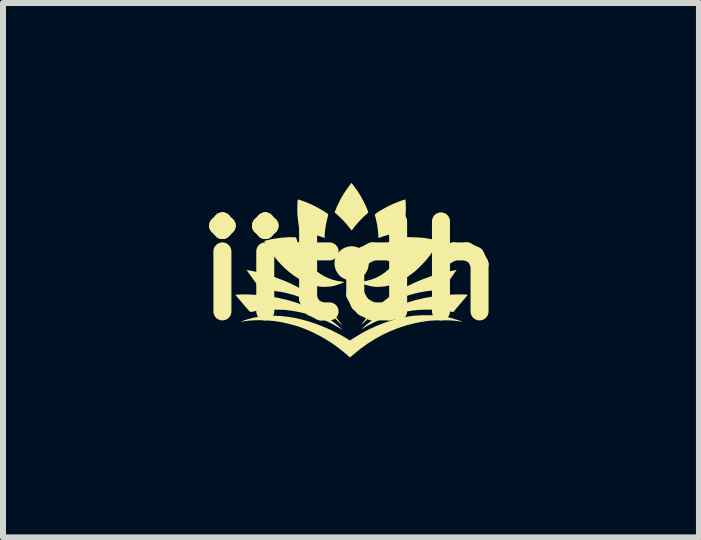
<source format=kicad_pcb>
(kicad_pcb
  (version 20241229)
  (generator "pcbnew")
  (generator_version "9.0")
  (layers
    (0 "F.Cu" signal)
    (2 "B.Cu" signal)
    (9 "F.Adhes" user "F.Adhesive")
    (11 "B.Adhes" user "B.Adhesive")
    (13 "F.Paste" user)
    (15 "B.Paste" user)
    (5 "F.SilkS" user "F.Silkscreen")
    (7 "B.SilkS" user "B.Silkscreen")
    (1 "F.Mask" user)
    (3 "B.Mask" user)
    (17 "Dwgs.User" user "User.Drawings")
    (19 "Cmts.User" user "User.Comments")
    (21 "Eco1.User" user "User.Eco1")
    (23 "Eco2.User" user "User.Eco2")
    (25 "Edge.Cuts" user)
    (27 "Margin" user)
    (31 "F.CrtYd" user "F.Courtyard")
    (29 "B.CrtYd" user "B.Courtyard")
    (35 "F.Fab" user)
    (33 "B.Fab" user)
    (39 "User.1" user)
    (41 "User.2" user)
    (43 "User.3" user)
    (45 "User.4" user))
  (footprint "iitdh"
    (layer "F.Cu")
    (at 2.8 1.462)
    (property "Reference" "iitdh" (at 0 0 0) (layer "F.SilkS") (effects (font (size 1.5 1.5) (thickness 0.3))))
    (attr board_only exclude_from_pos_files exclude_from_bom)
    (fp_poly (pts (xy 0.077 -0.399) (xy 0.126 -0.383) (xy 0.141 -0.376) (xy 0.182 -0.351) (xy 0.217 -0.32) (xy 0.246 -0.284) (xy 0.269 -0.244) (xy 0.285 -0.2) (xy 0.294 -0.155) (xy 0.296 -0.108) (xy 0.29 -0.062) (xy 0.276 -0.016) (xy 0.268 0.003) (xy 0.243 0.044) (xy 0.212 0.079) (xy 0.176 0.109) (xy 0.135 0.133) (xy 0.091 0.15) (xy 0.044 0.16) (xy -0.003 0.162) (xy -0.042 0.158) (xy -0.091 0.144) (xy -0.135 0.123) (xy -0.175 0.095) (xy -0.209 0.061) (xy -0.236 0.021) (xy -0.244 0.007) (xy -0.259 -0.029) (xy -0.269 -0.061) (xy -0.274 -0.095) (xy -0.275 -0.122) (xy -0.271 -0.171) (xy -0.26 -0.216) (xy -0.242 -0.258) (xy -0.216 -0.296) (xy -0.193 -0.322) (xy -0.154 -0.355) (xy -0.111 -0.38) (xy -0.066 -0.397) (xy -0.019 -0.407) (xy 0.029 -0.407)) (stroke (width 0) (type solid)) (fill yes) (layer "F.SilkS"))
    (fp_poly (pts (xy -0.916 -0.556) (xy -0.896 -0.496) (xy -0.861 -0.406) (xy -0.822 -0.321) (xy -0.779 -0.242) (xy -0.733 -0.169) (xy -0.683 -0.103) (xy -0.631 -0.045) (xy -0.583 -0.001) (xy -0.518 0.049) (xy -0.449 0.091) (xy -0.377 0.125) (xy -0.301 0.152) (xy -0.22 0.172) (xy -0.137 0.184) (xy -0.109 0.188) (xy -0.144 0.204) (xy -0.184 0.221) (xy -0.23 0.237) (xy -0.278 0.251) (xy -0.306 0.257) (xy -0.326 0.261) (xy -0.352 0.264) (xy -0.382 0.266) (xy -0.414 0.268) (xy -0.445 0.269) (xy -0.473 0.269) (xy -0.496 0.268) (xy -0.505 0.268) (xy -0.581 0.254) (xy -0.656 0.234) (xy -0.731 0.206) (xy -0.806 0.17) (xy -0.875 0.132) (xy -0.962 0.075) (xy -1.046 0.009) (xy -1.126 -0.063) (xy -1.202 -0.142) (xy -1.274 -0.228) (xy -1.34 -0.32) (xy -1.401 -0.416) (xy -1.426 -0.462) (xy -1.445 -0.495) (xy -1.409 -0.505) (xy -1.339 -0.522) (xy -1.263 -0.536) (xy -1.185 -0.547) (xy -1.108 -0.554) (xy -1.033 -0.558) (xy -0.985 -0.558)) (stroke (width 0) (type solid)) (fill yes) (layer "F.SilkS"))
    (fp_poly (pts (xy 1.759 -0.011) (xy 1.76 -0.01) (xy 1.757 -0.006) (xy 1.75 0.004) (xy 1.738 0.02) (xy 1.723 0.041) (xy 1.705 0.067) (xy 1.684 0.096) (xy 1.661 0.128) (xy 1.639 0.158) (xy 1.518 0.324) (xy 1.485 0.324) (xy 1.407 0.326) (xy 1.323 0.334) (xy 1.236 0.345) (xy 1.149 0.361) (xy 1.062 0.381) (xy 0.978 0.404) (xy 0.908 0.427) (xy 0.788 0.474) (xy 0.674 0.529) (xy 0.563 0.591) (xy 0.457 0.661) (xy 0.355 0.739) (xy 0.257 0.824) (xy 0.224 0.855) (xy 0.206 0.873) (xy 0.191 0.886) (xy 0.18 0.896) (xy 0.173 0.901) (xy 0.172 0.901) (xy 0.173 0.9) (xy 0.22 0.835) (xy 0.275 0.768) (xy 0.336 0.701) (xy 0.402 0.635) (xy 0.472 0.57) (xy 0.544 0.509) (xy 0.619 0.452) (xy 0.624 0.448) (xy 0.724 0.38) (xy 0.831 0.316) (xy 0.944 0.255) (xy 1.062 0.199) (xy 1.184 0.147) (xy 1.309 0.101) (xy 1.435 0.061) (xy 1.561 0.028) (xy 1.664 0.005) (xy 1.695 -0.001) (xy 1.719 -0.005) (xy 1.736 -0.009) (xy 1.747 -0.011) (xy 1.754 -0.012) (xy 1.758 -0.012)) (stroke (width 0) (type solid)) (fill yes) (layer "F.SilkS"))
    (fp_poly (pts (xy -1.722 -0.009) (xy -1.708 -0.007) (xy -1.691 -0.004) (xy -1.691 -0.004) (xy -1.659 0.002) (xy -1.621 0.01) (xy -1.578 0.019) (xy -1.533 0.03) (xy -1.487 0.042) (xy -1.443 0.053) (xy -1.41 0.063) (xy -1.272 0.107) (xy -1.138 0.157) (xy -1.008 0.213) (xy -0.883 0.275) (xy -0.763 0.343) (xy -0.65 0.415) (xy -0.583 0.463) (xy -0.486 0.54) (xy -0.394 0.622) (xy -0.307 0.709) (xy -0.228 0.8) (xy -0.173 0.87) (xy -0.161 0.887) (xy -0.151 0.901) (xy -0.145 0.911) (xy -0.142 0.915) (xy -0.142 0.915) (xy -0.146 0.912) (xy -0.154 0.905) (xy -0.166 0.893) (xy -0.179 0.878) (xy -0.203 0.854) (xy -0.232 0.827) (xy -0.265 0.797) (xy -0.3 0.767) (xy -0.334 0.738) (xy -0.367 0.712) (xy -0.37 0.709) (xy -0.476 0.634) (xy -0.585 0.566) (xy -0.697 0.507) (xy -0.812 0.455) (xy -0.931 0.413) (xy -1.052 0.378) (xy -1.177 0.352) (xy -1.304 0.334) (xy -1.428 0.325) (xy -1.498 0.322) (xy -1.616 0.161) (xy -1.64 0.128) (xy -1.663 0.096) (xy -1.683 0.068) (xy -1.701 0.043) (xy -1.716 0.022) (xy -1.727 0.006) (xy -1.734 -0.003) (xy -1.736 -0.006) (xy -1.735 -0.011) (xy -1.73 -0.011)) (stroke (width 0) (type solid)) (fill yes) (layer "F.SilkS"))
    (fp_poly (pts (xy 0.012 -1.459) (xy 0.02 -1.45) (xy 0.031 -1.435) (xy 0.044 -1.418) (xy 0.059 -1.397) (xy 0.075 -1.376) (xy 0.09 -1.355) (xy 0.104 -1.335) (xy 0.116 -1.318) (xy 0.118 -1.314) (xy 0.164 -1.241) (xy 0.207 -1.162) (xy 0.246 -1.081) (xy 0.27 -1.025) (xy 0.277 -1.006) (xy 0.283 -0.989) (xy 0.287 -0.977) (xy 0.288 -0.972) (xy 0.284 -0.965) (xy 0.276 -0.956) (xy 0.264 -0.945) (xy 0.263 -0.944) (xy 0.227 -0.914) (xy 0.189 -0.877) (xy 0.15 -0.837) (xy 0.111 -0.795) (xy 0.075 -0.752) (xy 0.043 -0.712) (xy 0.032 -0.696) (xy 0.022 -0.683) (xy 0.016 -0.675) (xy 0.013 -0.672) (xy 0.01 -0.674) (xy 0.002 -0.682) (xy -0.009 -0.695) (xy -0.022 -0.711) (xy -0.025 -0.715) (xy -0.066 -0.767) (xy -0.112 -0.819) (xy -0.161 -0.87) (xy -0.21 -0.916) (xy -0.257 -0.958) (xy -0.261 -0.961) (xy -0.273 -0.97) (xy -0.264 -0.994) (xy -0.249 -1.033) (xy -0.23 -1.078) (xy -0.207 -1.126) (xy -0.182 -1.175) (xy -0.156 -1.224) (xy -0.129 -1.27) (xy -0.108 -1.303) (xy -0.096 -1.321) (xy -0.081 -1.342) (xy -0.066 -1.364) (xy -0.049 -1.387) (xy -0.034 -1.408) (xy -0.019 -1.428) (xy -0.007 -1.444) (xy 0.002 -1.456) (xy 0.008 -1.462) (xy 0.009 -1.462)) (stroke (width 0) (type solid)) (fill yes) (layer "F.SilkS"))
    (fp_poly (pts (xy -1.753 0.395) (xy -1.71 0.396) (xy -1.668 0.398) (xy -1.642 0.399) (xy -1.492 0.411) (xy -1.345 0.43) (xy -1.202 0.455) (xy -1.065 0.487) (xy -0.931 0.526) (xy -0.803 0.571) (xy -0.68 0.623) (xy -0.563 0.681) (xy -0.451 0.746) (xy -0.345 0.816) (xy -0.266 0.877) (xy -0.246 0.893) (xy -0.225 0.91) (xy -0.206 0.927) (xy -0.187 0.943) (xy -0.172 0.957) (xy -0.16 0.969) (xy -0.152 0.976) (xy -0.151 0.979) (xy -0.151 0.979) (xy -0.155 0.977) (xy -0.166 0.971) (xy -0.181 0.962) (xy -0.2 0.95) (xy -0.211 0.944) (xy -0.304 0.891) (xy -0.405 0.841) (xy -0.51 0.797) (xy -0.62 0.757) (xy -0.731 0.722) (xy -0.842 0.694) (xy -0.946 0.674) (xy -0.988 0.667) (xy -1.026 0.662) (xy -1.061 0.658) (xy -1.095 0.654) (xy -1.13 0.652) (xy -1.168 0.651) (xy -1.211 0.65) (xy -1.261 0.649) (xy -1.274 0.649) (xy -1.327 0.65) (xy -1.373 0.65) (xy -1.413 0.652) (xy -1.45 0.654) (xy -1.485 0.657) (xy -1.52 0.662) (xy -1.557 0.667) (xy -1.598 0.674) (xy -1.609 0.676) (xy -1.631 0.681) (xy -1.651 0.684) (xy -1.666 0.687) (xy -1.675 0.688) (xy -1.676 0.688) (xy -1.681 0.685) (xy -1.692 0.675) (xy -1.708 0.659) (xy -1.729 0.635) (xy -1.755 0.604) (xy -1.787 0.567) (xy -1.806 0.545) (xy -1.928 0.401) (xy -1.896 0.398) (xy -1.868 0.397) (xy -1.834 0.396) (xy -1.795 0.395)) (stroke (width 0) (type solid)) (fill yes) (layer "F.SilkS"))
    (fp_poly (pts (xy -0.868 -1.183) (xy -0.849 -1.178) (xy -0.825 -1.17) (xy -0.797 -1.16) (xy -0.766 -1.149) (xy -0.733 -1.135) (xy -0.699 -1.121) (xy -0.665 -1.107) (xy -0.632 -1.091) (xy -0.603 -1.077) (xy -0.578 -1.064) (xy -0.551 -1.049) (xy -0.523 -1.033) (xy -0.494 -1.017) (xy -0.466 -1) (xy -0.44 -0.984) (xy -0.417 -0.969) (xy -0.399 -0.957) (xy -0.386 -0.947) (xy -0.38 -0.941) (xy -0.38 -0.941) (xy -0.38 -0.936) (xy -0.382 -0.923) (xy -0.386 -0.906) (xy -0.391 -0.884) (xy -0.395 -0.871) (xy -0.406 -0.82) (xy -0.417 -0.768) (xy -0.426 -0.715) (xy -0.432 -0.663) (xy -0.437 -0.616) (xy -0.439 -0.575) (xy -0.439 -0.568) (xy -0.439 -0.556) (xy -0.441 -0.547) (xy -0.442 -0.546) (xy -0.447 -0.547) (xy -0.459 -0.552) (xy -0.475 -0.558) (xy -0.492 -0.564) (xy -0.533 -0.578) (xy -0.58 -0.592) (xy -0.631 -0.605) (xy -0.683 -0.617) (xy -0.734 -0.626) (xy -0.781 -0.633) (xy -0.808 -0.636) (xy -0.825 -0.638) (xy -0.838 -0.641) (xy -0.845 -0.644) (xy -0.846 -0.644) (xy -0.851 -0.654) (xy -0.856 -0.671) (xy -0.861 -0.695) (xy -0.866 -0.724) (xy -0.872 -0.758) (xy -0.877 -0.795) (xy -0.882 -0.833) (xy -0.886 -0.873) (xy -0.89 -0.912) (xy -0.893 -0.951) (xy -0.894 -0.971) (xy -0.894 -0.994) (xy -0.895 -1.021) (xy -0.894 -1.049) (xy -0.894 -1.079) (xy -0.893 -1.107) (xy -0.892 -1.133) (xy -0.89 -1.155) (xy -0.889 -1.172) (xy -0.887 -1.182) (xy -0.886 -1.183) (xy -0.881 -1.185)) (stroke (width 0) (type solid)) (fill yes) (layer "F.SilkS"))
    (fp_poly (pts (xy 0.907 -1.186) (xy 0.908 -1.181) (xy 0.909 -1.169) (xy 0.911 -1.151) (xy 0.912 -1.128) (xy 0.913 -1.109) (xy 0.915 -1.06) (xy 0.914 -1.005) (xy 0.912 -0.949) (xy 0.909 -0.894) (xy 0.904 -0.842) (xy 0.902 -0.822) (xy 0.898 -0.796) (xy 0.894 -0.768) (xy 0.889 -0.74) (xy 0.884 -0.713) (xy 0.879 -0.688) (xy 0.874 -0.668) (xy 0.871 -0.653) (xy 0.868 -0.646) (xy 0.86 -0.64) (xy 0.849 -0.638) (xy 0.824 -0.637) (xy 0.793 -0.633) (xy 0.756 -0.627) (xy 0.716 -0.619) (xy 0.674 -0.61) (xy 0.631 -0.599) (xy 0.589 -0.588) (xy 0.55 -0.576) (xy 0.514 -0.565) (xy 0.503 -0.56) (xy 0.485 -0.554) (xy 0.471 -0.549) (xy 0.461 -0.546) (xy 0.459 -0.545) (xy 0.458 -0.549) (xy 0.457 -0.559) (xy 0.456 -0.568) (xy 0.456 -0.592) (xy 0.454 -0.623) (xy 0.45 -0.657) (xy 0.446 -0.693) (xy 0.441 -0.729) (xy 0.438 -0.749) (xy 0.435 -0.769) (xy 0.43 -0.793) (xy 0.424 -0.82) (xy 0.418 -0.848) (xy 0.412 -0.874) (xy 0.406 -0.898) (xy 0.401 -0.918) (xy 0.397 -0.931) (xy 0.396 -0.933) (xy 0.399 -0.938) (xy 0.408 -0.947) (xy 0.424 -0.959) (xy 0.444 -0.973) (xy 0.469 -0.989) (xy 0.498 -1.007) (xy 0.529 -1.025) (xy 0.562 -1.043) (xy 0.595 -1.062) (xy 0.628 -1.079) (xy 0.629 -1.079) (xy 0.654 -1.091) (xy 0.683 -1.104) (xy 0.714 -1.118) (xy 0.746 -1.131) (xy 0.778 -1.144) (xy 0.808 -1.156) (xy 0.837 -1.166) (xy 0.862 -1.175) (xy 0.882 -1.182) (xy 0.898 -1.186) (xy 0.906 -1.187)) (stroke (width 0) (type solid)) (fill yes) (layer "F.SilkS"))
    (fp_poly (pts (xy 1.046 -0.557) (xy 1.112 -0.555) (xy 1.171 -0.551) (xy 1.228 -0.545) (xy 1.285 -0.536) (xy 1.344 -0.525) (xy 1.352 -0.523) (xy 1.391 -0.515) (xy 1.422 -0.508) (xy 1.444 -0.501) (xy 1.458 -0.496) (xy 1.463 -0.493) (xy 1.463 -0.493) (xy 1.46 -0.487) (xy 1.454 -0.475) (xy 1.445 -0.458) (xy 1.433 -0.437) (xy 1.419 -0.414) (xy 1.405 -0.39) (xy 1.39 -0.366) (xy 1.376 -0.343) (xy 1.363 -0.324) (xy 1.346 -0.299) (xy 1.326 -0.271) (xy 1.305 -0.242) (xy 1.285 -0.216) (xy 1.281 -0.211) (xy 1.258 -0.183) (xy 1.231 -0.152) (xy 1.2 -0.119) (xy 1.167 -0.086) (xy 1.134 -0.053) (xy 1.102 -0.022) (xy 1.073 0.005) (xy 1.048 0.026) (xy 1.046 0.027) (xy 0.967 0.086) (xy 0.887 0.137) (xy 0.807 0.18) (xy 0.728 0.215) (xy 0.649 0.242) (xy 0.591 0.257) (xy 0.566 0.261) (xy 0.534 0.265) (xy 0.499 0.267) (xy 0.463 0.269) (xy 0.429 0.269) (xy 0.399 0.268) (xy 0.377 0.266) (xy 0.31 0.254) (xy 0.246 0.236) (xy 0.185 0.213) (xy 0.172 0.207) (xy 0.155 0.199) (xy 0.143 0.193) (xy 0.135 0.189) (xy 0.134 0.188) (xy 0.139 0.187) (xy 0.15 0.185) (xy 0.167 0.183) (xy 0.177 0.182) (xy 0.262 0.168) (xy 0.342 0.146) (xy 0.419 0.117) (xy 0.491 0.079) (xy 0.559 0.034) (xy 0.623 -0.019) (xy 0.683 -0.079) (xy 0.738 -0.147) (xy 0.783 -0.214) (xy 0.82 -0.278) (xy 0.855 -0.348) (xy 0.887 -0.419) (xy 0.915 -0.49) (xy 0.925 -0.52) (xy 0.937 -0.56)) (stroke (width 0) (type solid)) (fill yes) (layer "F.SilkS"))
    (fp_poly (pts (xy 1.843 0.396) (xy 1.874 0.396) (xy 1.9 0.397) (xy 1.921 0.398) (xy 1.936 0.4) (xy 1.944 0.402) (xy 1.945 0.403) (xy 1.942 0.408) (xy 1.934 0.418) (xy 1.921 0.433) (xy 1.904 0.453) (xy 1.884 0.477) (xy 1.862 0.503) (xy 1.837 0.533) (xy 1.828 0.543) (xy 1.803 0.573) (xy 1.779 0.601) (xy 1.758 0.626) (xy 1.74 0.648) (xy 1.725 0.665) (xy 1.715 0.678) (xy 1.709 0.684) (xy 1.709 0.685) (xy 1.705 0.687) (xy 1.697 0.688) (xy 1.684 0.686) (xy 1.665 0.683) (xy 1.651 0.68) (xy 1.603 0.671) (xy 1.558 0.664) (xy 1.513 0.658) (xy 1.468 0.654) (xy 1.421 0.652) (xy 1.368 0.65) (xy 1.309 0.649) (xy 1.301 0.649) (xy 1.234 0.65) (xy 1.174 0.652) (xy 1.119 0.655) (xy 1.066 0.66) (xy 1.014 0.666) (xy 0.96 0.675) (xy 0.902 0.686) (xy 0.876 0.692) (xy 0.776 0.716) (xy 0.674 0.746) (xy 0.572 0.781) (xy 0.472 0.821) (xy 0.376 0.865) (xy 0.285 0.912) (xy 0.23 0.944) (xy 0.208 0.957) (xy 0.193 0.966) (xy 0.184 0.971) (xy 0.18 0.972) (xy 0.181 0.97) (xy 0.185 0.965) (xy 0.186 0.964) (xy 0.195 0.955) (xy 0.209 0.943) (xy 0.227 0.927) (xy 0.246 0.91) (xy 0.257 0.901) (xy 0.356 0.823) (xy 0.462 0.752) (xy 0.573 0.687) (xy 0.691 0.628) (xy 0.814 0.575) (xy 0.942 0.529) (xy 1.076 0.49) (xy 1.215 0.457) (xy 1.359 0.431) (xy 1.508 0.411) (xy 1.589 0.403) (xy 1.622 0.401) (xy 1.658 0.399) (xy 1.696 0.398) (xy 1.734 0.396) (xy 1.772 0.396) (xy 1.808 0.395)) (stroke (width 0) (type solid)) (fill yes) (layer "F.SilkS"))
    (fp_poly (pts (xy 1.295 0.742) (xy 1.344 0.743) (xy 1.389 0.744) (xy 1.428 0.747) (xy 1.462 0.75) (xy 1.467 0.75) (xy 1.519 0.758) (xy 1.573 0.768) (xy 1.624 0.778) (xy 1.669 0.789) (xy 1.68 0.792) (xy 1.7 0.797) (xy 1.722 0.804) (xy 1.747 0.812) (xy 1.772 0.82) (xy 1.796 0.828) (xy 1.818 0.835) (xy 1.836 0.841) (xy 1.849 0.846) (xy 1.855 0.849) (xy 1.855 0.85) (xy 1.85 0.85) (xy 1.839 0.849) (xy 1.822 0.847) (xy 1.812 0.845) (xy 1.778 0.84) (xy 1.745 0.836) (xy 1.713 0.832) (xy 1.679 0.83) (xy 1.641 0.828) (xy 1.599 0.827) (xy 1.55 0.827) (xy 1.52 0.827) (xy 1.467 0.827) (xy 1.42 0.828) (xy 1.378 0.83) (xy 1.34 0.832) (xy 1.303 0.835) (xy 1.264 0.84) (xy 1.224 0.846) (xy 1.188 0.851) (xy 1.05 0.878) (xy 0.914 0.914) (xy 0.781 0.958) (xy 0.65 1.01) (xy 0.523 1.07) (xy 0.399 1.139) (xy 0.278 1.215) (xy 0.16 1.3) (xy 0.047 1.392) (xy 0.025 1.41) (xy 0.01 1.424) (xy -0.004 1.435) (xy -0.013 1.442) (xy -0.017 1.445) (xy -0.021 1.442) (xy -0.031 1.434) (xy -0.042 1.424) (xy -0.042 1.424) (xy -0.075 1.395) (xy -0.114 1.363) (xy -0.156 1.328) (xy -0.201 1.293) (xy -0.247 1.259) (xy -0.292 1.227) (xy -0.333 1.198) (xy -0.344 1.191) (xy -0.436 1.134) (xy -0.532 1.08) (xy -0.631 1.03) (xy -0.73 0.986) (xy -0.828 0.947) (xy -0.909 0.92) (xy -1.033 0.886) (xy -1.154 0.859) (xy -1.275 0.84) (xy -1.396 0.829) (xy -1.518 0.825) (xy -1.571 0.826) (xy -1.607 0.827) (xy -1.638 0.828) (xy -1.667 0.83) (xy -1.696 0.832) (xy -1.727 0.836) (xy -1.762 0.84) (xy -1.802 0.846) (xy -1.824 0.849) (xy -1.829 0.849) (xy -1.827 0.847) (xy -1.818 0.842) (xy -1.804 0.837) (xy -1.785 0.83) (xy -1.763 0.822) (xy -1.737 0.814) (xy -1.72 0.808) (xy -1.618 0.782) (xy -1.512 0.763) (xy -1.403 0.753) (xy -1.291 0.75) (xy -1.175 0.755) (xy -1.057 0.767) (xy -0.936 0.787) (xy -0.813 0.815) (xy -0.688 0.851) (xy -0.561 0.894) (xy -0.433 0.945) (xy -0.378 0.969) (xy -0.341 0.986) (xy -0.301 1.005) (xy -0.258 1.027) (xy -0.215 1.049) (xy -0.173 1.071) (xy -0.133 1.093) (xy -0.097 1.114) (xy -0.066 1.133) (xy -0.041 1.148) (xy -0.041 1.149) (xy -0.03 1.156) (xy -0.021 1.16) (xy -0.018 1.161) (xy -0.013 1.159) (xy -0.001 1.152) (xy 0.014 1.143) (xy 0.033 1.131) (xy 0.044 1.124) (xy 0.164 1.05) (xy 0.289 0.983) (xy 0.418 0.923) (xy 0.55 0.871) (xy 0.685 0.827) (xy 0.822 0.791) (xy 0.959 0.763) (xy 1.03 0.752) (xy 1.063 0.749) (xy 1.102 0.746) (xy 1.147 0.744) (xy 1.196 0.742) (xy 1.245 0.742)) (stroke (width 0) (type solid)) (fill yes) (layer "F.SilkS")))
  (gr_rect
    (start -3 -3)
    (end 8.6 5.907)
    (stroke (width 0.1) (type default))
    (fill no)
    (layer "Edge.Cuts")))
</source>
